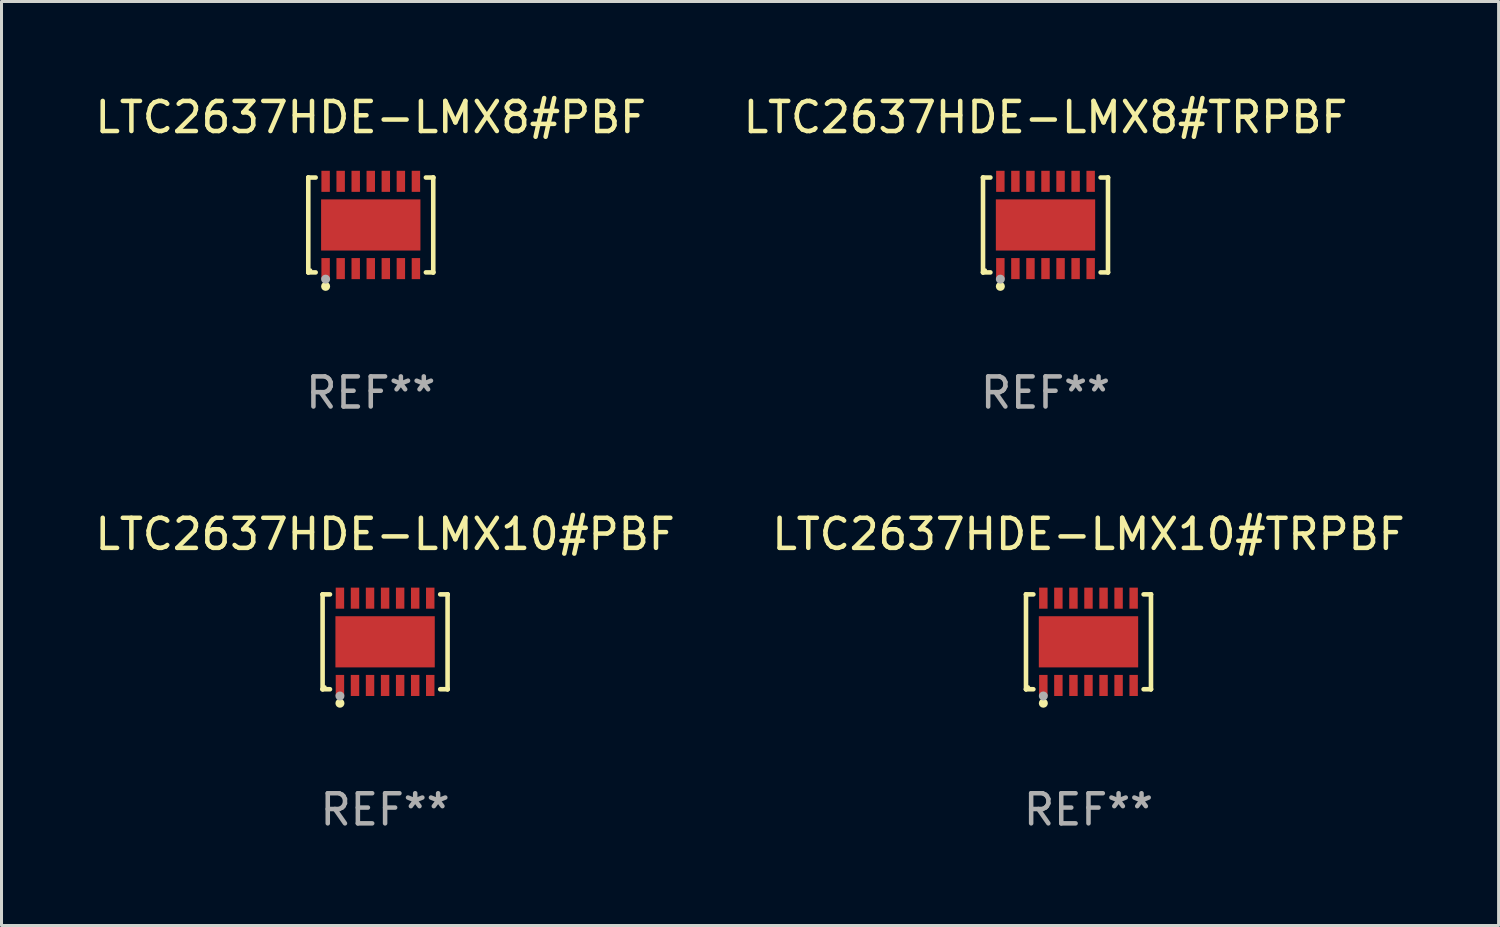
<source format=kicad_pcb>
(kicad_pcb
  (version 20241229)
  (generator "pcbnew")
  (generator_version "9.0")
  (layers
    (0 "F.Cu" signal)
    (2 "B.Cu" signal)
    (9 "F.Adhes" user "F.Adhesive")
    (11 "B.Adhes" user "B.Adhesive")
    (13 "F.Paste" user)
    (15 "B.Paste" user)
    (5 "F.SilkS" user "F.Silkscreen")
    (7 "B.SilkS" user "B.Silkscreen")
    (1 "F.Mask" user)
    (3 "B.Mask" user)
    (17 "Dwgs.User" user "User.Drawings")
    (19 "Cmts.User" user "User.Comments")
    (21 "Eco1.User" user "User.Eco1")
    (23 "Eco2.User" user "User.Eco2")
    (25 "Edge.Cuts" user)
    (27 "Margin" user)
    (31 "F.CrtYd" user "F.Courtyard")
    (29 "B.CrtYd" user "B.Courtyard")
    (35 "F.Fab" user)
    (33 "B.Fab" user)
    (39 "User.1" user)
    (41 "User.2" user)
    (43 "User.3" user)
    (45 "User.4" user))
  (footprint "LTC2637HDE-LMX10#PBF"
    (layer "F.Cu")
    (at 9.744 18.273)
    (property "Reference" "LTC2637HDE-LMX10#PBF" (at 0 -3.576 0) (layer "F.SilkS") (effects (font (size 1 1) (thickness 0.15))))
    (attr through_hole)
    (fp_line (start -2.076 -1.576) (end -2.076 -1.576) (stroke (width 0.152) (type solid)) (layer "F.SilkS"))
    (fp_line (start -2.076 -1.576) (end -1.831 -1.576) (stroke (width 0.152) (type solid)) (layer "F.SilkS"))
    (fp_line (start -2.076 1.576) (end -2.076 -1.576) (stroke (width 0.152) (type solid)) (layer "F.SilkS"))
    (fp_line (start -2.076 1.576) (end -2.076 1.576) (stroke (width 0.152) (type solid)) (layer "F.SilkS"))
    (fp_line (start -1.831 1.576) (end -2.076 1.576) (stroke (width 0.152) (type solid)) (layer "F.SilkS"))
    (fp_line (start 1.831 1.576) (end 2.076 1.576) (stroke (width 0.152) (type solid)) (layer "F.SilkS"))
    (fp_line (start 2.076 -1.576) (end 1.831 -1.576) (stroke (width 0.152) (type solid)) (layer "F.SilkS"))
    (fp_line (start 2.076 -1.576) (end 2.076 -1.576) (stroke (width 0.152) (type solid)) (layer "F.SilkS"))
    (fp_line (start 2.076 1.576) (end 2.076 -1.576) (stroke (width 0.152) (type solid)) (layer "F.SilkS"))
    (fp_line (start 2.076 1.576) (end 2.076 1.576) (stroke (width 0.152) (type solid)) (layer "F.SilkS"))
    (fp_circle (center -2 1.5) (end -1.97 1.5) (stroke (width 0.06) (type solid)) (fill no) (layer "F.SilkS"))
    (fp_circle (center -1.5 2.04) (end -1.425 2.04) (stroke (width 0.15) (type solid)) (fill no) (layer "F.SilkS"))
    (fp_circle (center -1.5 1.8) (end -1.425 1.8) (stroke (width 0.15) (type solid)) (fill no) (layer "F.Fab"))
    (fp_text user "REF**" (at 0 5.576 0) (layer "F.Fab") (effects (font (size 1 1) (thickness 0.15))))
    (pad "1" smd rect (at -1.5 1.45) (size 0.28 0.7) (layers "F.Cu" "F.Mask" "F.Paste"))
    (pad "2" smd rect (at -1 1.45) (size 0.28 0.7) (layers "F.Cu" "F.Mask" "F.Paste"))
    (pad "3" smd rect (at -0.5 1.45) (size 0.28 0.7) (layers "F.Cu" "F.Mask" "F.Paste"))
    (pad "4" smd rect (at 0 1.45) (size 0.28 0.7) (layers "F.Cu" "F.Mask" "F.Paste"))
    (pad "5" smd rect (at 0.5 1.45) (size 0.28 0.7) (layers "F.Cu" "F.Mask" "F.Paste"))
    (pad "6" smd rect (at 1 1.45) (size 0.28 0.7) (layers "F.Cu" "F.Mask" "F.Paste"))
    (pad "7" smd rect (at 1.5 1.45) (size 0.28 0.7) (layers "F.Cu" "F.Mask" "F.Paste"))
    (pad "8" smd rect (at 1.5 -1.45) (size 0.28 0.7) (layers "F.Cu" "F.Mask" "F.Paste"))
    (pad "9" smd rect (at 1 -1.45) (size 0.28 0.7) (layers "F.Cu" "F.Mask" "F.Paste"))
    (pad "10" smd rect (at 0.5 -1.45) (size 0.28 0.7) (layers "F.Cu" "F.Mask" "F.Paste"))
    (pad "11" smd rect (at 0 -1.45) (size 0.28 0.7) (layers "F.Cu" "F.Mask" "F.Paste"))
    (pad "12" smd rect (at -0.5 -1.45) (size 0.28 0.7) (layers "F.Cu" "F.Mask" "F.Paste"))
    (pad "13" smd rect (at -1 -1.45) (size 0.28 0.7) (layers "F.Cu" "F.Mask" "F.Paste"))
    (pad "14" smd rect (at -1.5 -1.45) (size 0.28 0.7) (layers "F.Cu" "F.Mask" "F.Paste"))
    (pad "15" smd rect (at 0 0) (size 3.3 1.7) (layers "F.Cu" "F.Mask" "F.Paste")))
  (footprint "LTC2637HDE-LMX8#PBF"
    (layer "F.Cu")
    (at 9.268 4.424)
    (property "Reference" "LTC2637HDE-LMX8#PBF" (at 0 -3.576 0) (layer "F.SilkS") (effects (font (size 1 1) (thickness 0.15))))
    (attr through_hole)
    (fp_line (start -2.076 -1.576) (end -2.076 -1.576) (stroke (width 0.152) (type solid)) (layer "F.SilkS"))
    (fp_line (start -2.076 -1.576) (end -1.831 -1.576) (stroke (width 0.152) (type solid)) (layer "F.SilkS"))
    (fp_line (start -2.076 1.576) (end -2.076 -1.576) (stroke (width 0.152) (type solid)) (layer "F.SilkS"))
    (fp_line (start -2.076 1.576) (end -2.076 1.576) (stroke (width 0.152) (type solid)) (layer "F.SilkS"))
    (fp_line (start -1.831 1.576) (end -2.076 1.576) (stroke (width 0.152) (type solid)) (layer "F.SilkS"))
    (fp_line (start 1.831 1.576) (end 2.076 1.576) (stroke (width 0.152) (type solid)) (layer "F.SilkS"))
    (fp_line (start 2.076 -1.576) (end 1.831 -1.576) (stroke (width 0.152) (type solid)) (layer "F.SilkS"))
    (fp_line (start 2.076 -1.576) (end 2.076 -1.576) (stroke (width 0.152) (type solid)) (layer "F.SilkS"))
    (fp_line (start 2.076 1.576) (end 2.076 -1.576) (stroke (width 0.152) (type solid)) (layer "F.SilkS"))
    (fp_line (start 2.076 1.576) (end 2.076 1.576) (stroke (width 0.152) (type solid)) (layer "F.SilkS"))
    (fp_circle (center -2 1.5) (end -1.97 1.5) (stroke (width 0.06) (type solid)) (fill no) (layer "F.SilkS"))
    (fp_circle (center -1.5 2.04) (end -1.425 2.04) (stroke (width 0.15) (type solid)) (fill no) (layer "F.SilkS"))
    (fp_circle (center -1.5 1.8) (end -1.425 1.8) (stroke (width 0.15) (type solid)) (fill no) (layer "F.Fab"))
    (fp_text user "REF**" (at 0 5.576 0) (layer "F.Fab") (effects (font (size 1 1) (thickness 0.15))))
    (pad "1" smd rect (at -1.5 1.45) (size 0.28 0.7) (layers "F.Cu" "F.Mask" "F.Paste"))
    (pad "2" smd rect (at -1 1.45) (size 0.28 0.7) (layers "F.Cu" "F.Mask" "F.Paste"))
    (pad "3" smd rect (at -0.5 1.45) (size 0.28 0.7) (layers "F.Cu" "F.Mask" "F.Paste"))
    (pad "4" smd rect (at 0 1.45) (size 0.28 0.7) (layers "F.Cu" "F.Mask" "F.Paste"))
    (pad "5" smd rect (at 0.5 1.45) (size 0.28 0.7) (layers "F.Cu" "F.Mask" "F.Paste"))
    (pad "6" smd rect (at 1 1.45) (size 0.28 0.7) (layers "F.Cu" "F.Mask" "F.Paste"))
    (pad "7" smd rect (at 1.5 1.45) (size 0.28 0.7) (layers "F.Cu" "F.Mask" "F.Paste"))
    (pad "8" smd rect (at 1.5 -1.45) (size 0.28 0.7) (layers "F.Cu" "F.Mask" "F.Paste"))
    (pad "9" smd rect (at 1 -1.45) (size 0.28 0.7) (layers "F.Cu" "F.Mask" "F.Paste"))
    (pad "10" smd rect (at 0.5 -1.45) (size 0.28 0.7) (layers "F.Cu" "F.Mask" "F.Paste"))
    (pad "11" smd rect (at 0 -1.45) (size 0.28 0.7) (layers "F.Cu" "F.Mask" "F.Paste"))
    (pad "12" smd rect (at -0.5 -1.45) (size 0.28 0.7) (layers "F.Cu" "F.Mask" "F.Paste"))
    (pad "13" smd rect (at -1 -1.45) (size 0.28 0.7) (layers "F.Cu" "F.Mask" "F.Paste"))
    (pad "14" smd rect (at -1.5 -1.45) (size 0.28 0.7) (layers "F.Cu" "F.Mask" "F.Paste"))
    (pad "15" smd rect (at 0 0) (size 3.3 1.7) (layers "F.Cu" "F.Mask" "F.Paste")))
  (footprint "LTC2637HDE-LMX8#TRPBF"
    (layer "F.Cu")
    (at 31.685 4.424)
    (property "Reference" "LTC2637HDE-LMX8#TRPBF" (at 0 -3.576 0) (layer "F.SilkS") (effects (font (size 1 1) (thickness 0.15))))
    (attr through_hole)
    (fp_line (start -2.076 -1.576) (end -2.076 -1.576) (stroke (width 0.152) (type solid)) (layer "F.SilkS"))
    (fp_line (start -2.076 -1.576) (end -1.831 -1.576) (stroke (width 0.152) (type solid)) (layer "F.SilkS"))
    (fp_line (start -2.076 1.576) (end -2.076 -1.576) (stroke (width 0.152) (type solid)) (layer "F.SilkS"))
    (fp_line (start -2.076 1.576) (end -2.076 1.576) (stroke (width 0.152) (type solid)) (layer "F.SilkS"))
    (fp_line (start -1.831 1.576) (end -2.076 1.576) (stroke (width 0.152) (type solid)) (layer "F.SilkS"))
    (fp_line (start 1.831 1.576) (end 2.076 1.576) (stroke (width 0.152) (type solid)) (layer "F.SilkS"))
    (fp_line (start 2.076 -1.576) (end 1.831 -1.576) (stroke (width 0.152) (type solid)) (layer "F.SilkS"))
    (fp_line (start 2.076 -1.576) (end 2.076 -1.576) (stroke (width 0.152) (type solid)) (layer "F.SilkS"))
    (fp_line (start 2.076 1.576) (end 2.076 -1.576) (stroke (width 0.152) (type solid)) (layer "F.SilkS"))
    (fp_line (start 2.076 1.576) (end 2.076 1.576) (stroke (width 0.152) (type solid)) (layer "F.SilkS"))
    (fp_circle (center -2 1.5) (end -1.97 1.5) (stroke (width 0.06) (type solid)) (fill no) (layer "F.SilkS"))
    (fp_circle (center -1.5 2.04) (end -1.425 2.04) (stroke (width 0.15) (type solid)) (fill no) (layer "F.SilkS"))
    (fp_circle (center -1.5 1.8) (end -1.425 1.8) (stroke (width 0.15) (type solid)) (fill no) (layer "F.Fab"))
    (fp_text user "REF**" (at 0 5.576 0) (layer "F.Fab") (effects (font (size 1 1) (thickness 0.15))))
    (pad "1" smd rect (at -1.5 1.45) (size 0.28 0.7) (layers "F.Cu" "F.Mask" "F.Paste"))
    (pad "2" smd rect (at -1 1.45) (size 0.28 0.7) (layers "F.Cu" "F.Mask" "F.Paste"))
    (pad "3" smd rect (at -0.5 1.45) (size 0.28 0.7) (layers "F.Cu" "F.Mask" "F.Paste"))
    (pad "4" smd rect (at 0 1.45) (size 0.28 0.7) (layers "F.Cu" "F.Mask" "F.Paste"))
    (pad "5" smd rect (at 0.5 1.45) (size 0.28 0.7) (layers "F.Cu" "F.Mask" "F.Paste"))
    (pad "6" smd rect (at 1 1.45) (size 0.28 0.7) (layers "F.Cu" "F.Mask" "F.Paste"))
    (pad "7" smd rect (at 1.5 1.45) (size 0.28 0.7) (layers "F.Cu" "F.Mask" "F.Paste"))
    (pad "8" smd rect (at 1.5 -1.45) (size 0.28 0.7) (layers "F.Cu" "F.Mask" "F.Paste"))
    (pad "9" smd rect (at 1 -1.45) (size 0.28 0.7) (layers "F.Cu" "F.Mask" "F.Paste"))
    (pad "10" smd rect (at 0.5 -1.45) (size 0.28 0.7) (layers "F.Cu" "F.Mask" "F.Paste"))
    (pad "11" smd rect (at 0 -1.45) (size 0.28 0.7) (layers "F.Cu" "F.Mask" "F.Paste"))
    (pad "12" smd rect (at -0.5 -1.45) (size 0.28 0.7) (layers "F.Cu" "F.Mask" "F.Paste"))
    (pad "13" smd rect (at -1 -1.45) (size 0.28 0.7) (layers "F.Cu" "F.Mask" "F.Paste"))
    (pad "14" smd rect (at -1.5 -1.45) (size 0.28 0.7) (layers "F.Cu" "F.Mask" "F.Paste"))
    (pad "15" smd rect (at 0 0) (size 3.3 1.7) (layers "F.Cu" "F.Mask" "F.Paste")))
  (footprint "LTC2637HDE-LMX10#TRPBF"
    (layer "F.Cu")
    (at 33.113 18.273)
    (property "Reference" "LTC2637HDE-LMX10#TRPBF" (at 0 -3.576 0) (layer "F.SilkS") (effects (font (size 1 1) (thickness 0.15))))
    (attr through_hole)
    (fp_line (start -2.076 -1.576) (end -2.076 -1.576) (stroke (width 0.152) (type solid)) (layer "F.SilkS"))
    (fp_line (start -2.076 -1.576) (end -1.831 -1.576) (stroke (width 0.152) (type solid)) (layer "F.SilkS"))
    (fp_line (start -2.076 1.576) (end -2.076 -1.576) (stroke (width 0.152) (type solid)) (layer "F.SilkS"))
    (fp_line (start -2.076 1.576) (end -2.076 1.576) (stroke (width 0.152) (type solid)) (layer "F.SilkS"))
    (fp_line (start -1.831 1.576) (end -2.076 1.576) (stroke (width 0.152) (type solid)) (layer "F.SilkS"))
    (fp_line (start 1.831 1.576) (end 2.076 1.576) (stroke (width 0.152) (type solid)) (layer "F.SilkS"))
    (fp_line (start 2.076 -1.576) (end 1.831 -1.576) (stroke (width 0.152) (type solid)) (layer "F.SilkS"))
    (fp_line (start 2.076 -1.576) (end 2.076 -1.576) (stroke (width 0.152) (type solid)) (layer "F.SilkS"))
    (fp_line (start 2.076 1.576) (end 2.076 -1.576) (stroke (width 0.152) (type solid)) (layer "F.SilkS"))
    (fp_line (start 2.076 1.576) (end 2.076 1.576) (stroke (width 0.152) (type solid)) (layer "F.SilkS"))
    (fp_circle (center -2 1.5) (end -1.97 1.5) (stroke (width 0.06) (type solid)) (fill no) (layer "F.SilkS"))
    (fp_circle (center -1.5 2.04) (end -1.425 2.04) (stroke (width 0.15) (type solid)) (fill no) (layer "F.SilkS"))
    (fp_circle (center -1.5 1.8) (end -1.425 1.8) (stroke (width 0.15) (type solid)) (fill no) (layer "F.Fab"))
    (fp_text user "REF**" (at 0 5.576 0) (layer "F.Fab") (effects (font (size 1 1) (thickness 0.15))))
    (pad "1" smd rect (at -1.5 1.45) (size 0.28 0.7) (layers "F.Cu" "F.Mask" "F.Paste"))
    (pad "2" smd rect (at -1 1.45) (size 0.28 0.7) (layers "F.Cu" "F.Mask" "F.Paste"))
    (pad "3" smd rect (at -0.5 1.45) (size 0.28 0.7) (layers "F.Cu" "F.Mask" "F.Paste"))
    (pad "4" smd rect (at 0 1.45) (size 0.28 0.7) (layers "F.Cu" "F.Mask" "F.Paste"))
    (pad "5" smd rect (at 0.5 1.45) (size 0.28 0.7) (layers "F.Cu" "F.Mask" "F.Paste"))
    (pad "6" smd rect (at 1 1.45) (size 0.28 0.7) (layers "F.Cu" "F.Mask" "F.Paste"))
    (pad "7" smd rect (at 1.5 1.45) (size 0.28 0.7) (layers "F.Cu" "F.Mask" "F.Paste"))
    (pad "8" smd rect (at 1.5 -1.45) (size 0.28 0.7) (layers "F.Cu" "F.Mask" "F.Paste"))
    (pad "9" smd rect (at 1 -1.45) (size 0.28 0.7) (layers "F.Cu" "F.Mask" "F.Paste"))
    (pad "10" smd rect (at 0.5 -1.45) (size 0.28 0.7) (layers "F.Cu" "F.Mask" "F.Paste"))
    (pad "11" smd rect (at 0 -1.45) (size 0.28 0.7) (layers "F.Cu" "F.Mask" "F.Paste"))
    (pad "12" smd rect (at -0.5 -1.45) (size 0.28 0.7) (layers "F.Cu" "F.Mask" "F.Paste"))
    (pad "13" smd rect (at -1 -1.45) (size 0.28 0.7) (layers "F.Cu" "F.Mask" "F.Paste"))
    (pad "14" smd rect (at -1.5 -1.45) (size 0.28 0.7) (layers "F.Cu" "F.Mask" "F.Paste"))
    (pad "15" smd rect (at 0 0) (size 3.3 1.7) (layers "F.Cu" "F.Mask" "F.Paste")))
  (gr_rect
    (start -3 -3)
    (end 46.738 27.698)
    (stroke (width 0.1) (type default))
    (fill no)
    (layer "Edge.Cuts")))
</source>
